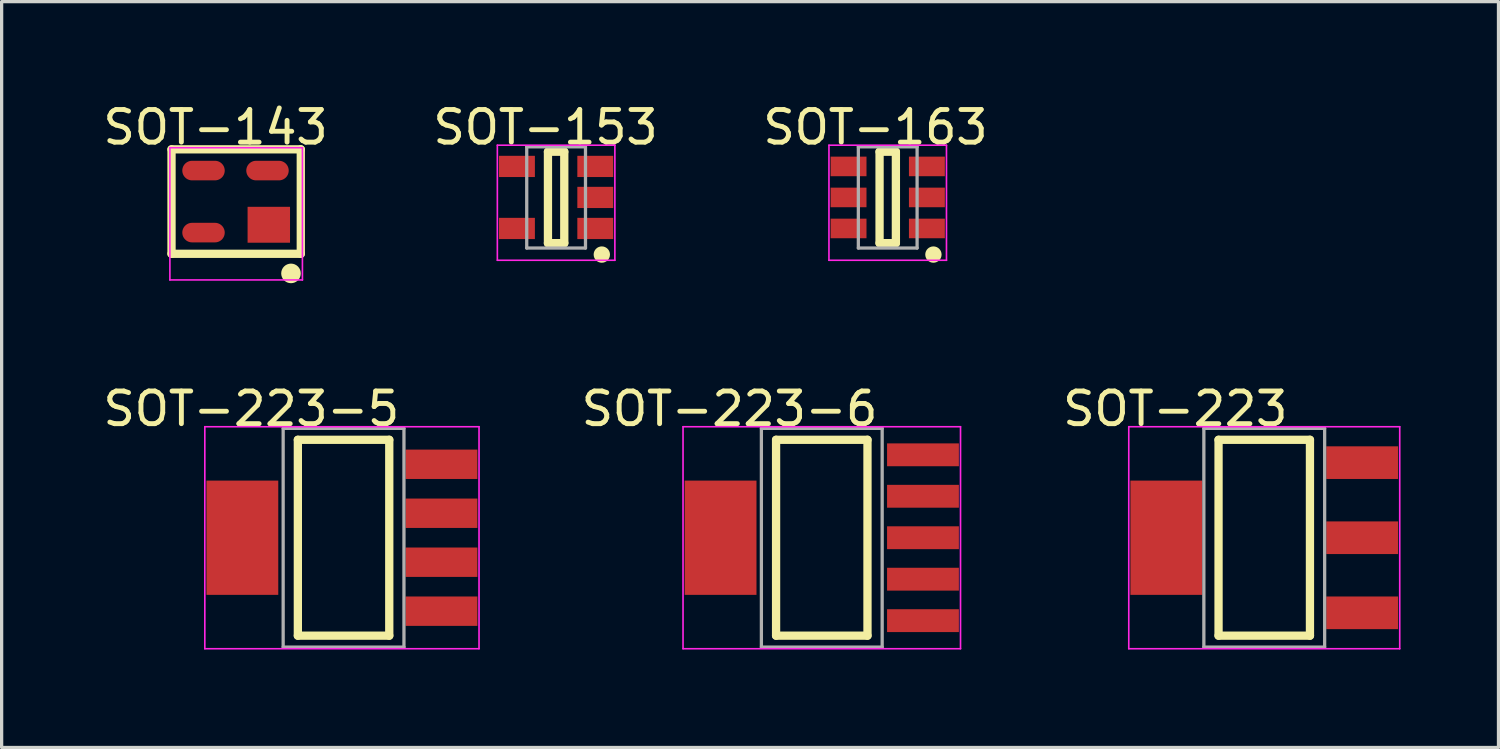
<source format=kicad_pcb>
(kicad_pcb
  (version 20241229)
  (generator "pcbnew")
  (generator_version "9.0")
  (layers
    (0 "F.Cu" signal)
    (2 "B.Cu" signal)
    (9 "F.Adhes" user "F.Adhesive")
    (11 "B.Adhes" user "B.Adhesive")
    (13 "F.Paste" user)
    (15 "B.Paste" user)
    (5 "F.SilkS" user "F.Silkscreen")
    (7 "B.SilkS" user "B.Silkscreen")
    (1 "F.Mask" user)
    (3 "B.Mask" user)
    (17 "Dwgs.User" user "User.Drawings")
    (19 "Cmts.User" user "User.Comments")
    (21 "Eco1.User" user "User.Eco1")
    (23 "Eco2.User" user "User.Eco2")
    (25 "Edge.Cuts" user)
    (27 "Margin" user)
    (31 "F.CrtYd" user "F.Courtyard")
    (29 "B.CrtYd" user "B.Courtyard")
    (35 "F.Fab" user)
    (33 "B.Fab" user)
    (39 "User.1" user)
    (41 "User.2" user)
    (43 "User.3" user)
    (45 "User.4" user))
  (footprint "SOT-163"
    (layer "F.Cu")
    (at 24.143 2.998)
    (property "Reference" "SOT-163" (at -0.375 -2.149 0) (layer "F.SilkS") (effects (font (size 1 1) (thickness 0.15))))
    (attr through_hole)
    (fp_line (start -0.25 -1.4) (end 0.25 -1.4) (stroke (width 0.254) (type solid)) (layer "F.SilkS"))
    (fp_line (start -0.25 1.4) (end -0.25 -1.4) (stroke (width 0.254) (type solid)) (layer "F.SilkS"))
    (fp_line (start -0.25 1.4) (end 0.25 1.4) (stroke (width 0.254) (type solid)) (layer "F.SilkS"))
    (fp_line (start 0.25 1.4) (end 0.25 -1.4) (stroke (width 0.254) (type solid)) (layer "F.SilkS"))
    (fp_circle (center 1.4 1.75) (end 1.525 1.75) (stroke (width 0.25) (type solid)) (fill no) (layer "F.SilkS"))
    (fp_line (start -1.8 -1.6) (end 1.8 -1.6) (stroke (width 0.05) (type solid)) (layer "F.CrtYd"))
    (fp_line (start -1.8 1.925) (end -1.8 -1.6) (stroke (width 0.05) (type solid)) (layer "F.CrtYd"))
    (fp_line (start 1.8 -1.6) (end 1.8 1.925) (stroke (width 0.05) (type solid)) (layer "F.CrtYd"))
    (fp_line (start 1.8 1.925) (end -1.8 1.925) (stroke (width 0.05) (type solid)) (layer "F.CrtYd"))
    (fp_line (start -0.9 -1.55) (end 0.9 -1.55) (stroke (width 0.1) (type solid)) (layer "F.Fab"))
    (fp_line (start -0.9 1.55) (end -0.9 -1.55) (stroke (width 0.1) (type solid)) (layer "F.Fab"))
    (fp_line (start -0.9 1.55) (end 0.9 1.55) (stroke (width 0.1) (type solid)) (layer "F.Fab"))
    (fp_line (start 0.9 1.55) (end 0.9 -1.55) (stroke (width 0.1) (type solid)) (layer "F.Fab"))
    (pad "1" smd rect (at 1.2 0.95 270) (size 0.6 1.1) (layers "F.Cu" "F.Mask" "F.Paste"))
    (pad "2" smd rect (at 1.2 0 270) (size 0.6 1.1) (layers "F.Cu" "F.Mask" "F.Paste"))
    (pad "3" smd rect (at 1.2 -0.95 270) (size 0.6 1.1) (layers "F.Cu" "F.Mask" "F.Paste"))
    (pad "4" smd rect (at -1.2 -0.95 270) (size 0.6 1.1) (layers "F.Cu" "F.Mask" "F.Paste"))
    (pad "5" smd rect (at -1.2 0 270) (size 0.6 1.1) (layers "F.Cu" "F.Mask" "F.Paste"))
    (pad "6" smd rect (at -1.2 0.95 270) (size 0.6 1.1) (layers "F.Cu" "F.Mask" "F.Paste")))
  (footprint "SOT-223-5"
    (layer "F.Cu")
    (at 7.424 13.422)
    (property "Reference" "SOT-223-5" (at -2.775 -3.949 0) (layer "F.SilkS") (effects (font (size 1 1) (thickness 0.15))))
    (attr through_hole)
    (fp_line (start -1.35 -3) (end 1.45 -3) (stroke (width 0.254) (type solid)) (layer "F.SilkS"))
    (fp_line (start -1.35 3) (end -1.35 -3) (stroke (width 0.254) (type solid)) (layer "F.SilkS"))
    (fp_line (start -1.35 3) (end 1.45 3) (stroke (width 0.254) (type solid)) (layer "F.SilkS"))
    (fp_line (start 1.45 3) (end 1.45 -3) (stroke (width 0.254) (type solid)) (layer "F.SilkS"))
    (fp_line (start -4.2 -3.4) (end 4.2 -3.4) (stroke (width 0.05) (type solid)) (layer "F.CrtYd"))
    (fp_line (start -4.2 3.4) (end -4.2 -3.4) (stroke (width 0.05) (type solid)) (layer "F.CrtYd"))
    (fp_line (start 4.2 -3.4) (end 4.2 3.4) (stroke (width 0.05) (type solid)) (layer "F.CrtYd"))
    (fp_line (start 4.2 3.4) (end -4.2 3.4) (stroke (width 0.05) (type solid)) (layer "F.CrtYd"))
    (fp_line (start -1.8 -3.35) (end 1.9 -3.35) (stroke (width 0.1) (type solid)) (layer "F.Fab"))
    (fp_line (start -1.8 3.35) (end -1.8 -3.35) (stroke (width 0.1) (type solid)) (layer "F.Fab"))
    (fp_line (start -1.8 3.35) (end 1.9 3.35) (stroke (width 0.1) (type solid)) (layer "F.Fab"))
    (fp_line (start 1.9 3.35) (end 1.9 -3.35) (stroke (width 0.1) (type solid)) (layer "F.Fab"))
    (pad "1" smd rect (at 3.05 2.25 270) (size 0.9 2.2) (layers "F.Cu" "F.Mask" "F.Paste"))
    (pad "2" smd rect (at 3.05 0.75 270) (size 0.9 2.2) (layers "F.Cu" "F.Mask" "F.Paste"))
    (pad "3" smd rect (at 3.05 -0.75 270) (size 0.9 2.2) (layers "F.Cu" "F.Mask" "F.Paste"))
    (pad "4" smd rect (at 3.05 -2.25 270) (size 0.9 2.2) (layers "F.Cu" "F.Mask" "F.Paste"))
    (pad "5" smd rect (at -3.05 0 270) (size 3.5 2.2) (layers "F.Cu" "F.Mask" "F.Paste")))
  (footprint "SOT-143"
    (layer "F.Cu")
    (at 4.184 3.125)
    (property "Reference" "SOT-143" (at -0.631 -2.276 0) (layer "F.SilkS") (effects (font (size 1 1) (thickness 0.15))))
    (attr through_hole)
    (fp_line (start -1.98 -1.6) (end 1.98 -1.6) (stroke (width 0.254) (type solid)) (layer "F.SilkS"))
    (fp_line (start -1.98 1.6) (end -1.98 -1.6) (stroke (width 0.254) (type solid)) (layer "F.SilkS"))
    (fp_line (start -1.98 1.6) (end 1.98 1.6) (stroke (width 0.254) (type solid)) (layer "F.SilkS"))
    (fp_line (start 1.98 1.6) (end 1.98 -1.6) (stroke (width 0.254) (type solid)) (layer "F.SilkS"))
    (fp_circle (center 1.68 2.2) (end 1.83 2.2) (stroke (width 0.3) (type solid)) (fill no) (layer "F.SilkS"))
    (fp_line (start -2.03 -1.65) (end 2.03 -1.65) (stroke (width 0.05) (type solid)) (layer "F.CrtYd"))
    (fp_line (start -2.03 2.4) (end -2.03 -1.65) (stroke (width 0.05) (type solid)) (layer "F.CrtYd"))
    (fp_line (start 2.03 -1.65) (end 2.03 2.4) (stroke (width 0.05) (type solid)) (layer "F.CrtYd"))
    (fp_line (start 2.03 2.4) (end -2.03 2.4) (stroke (width 0.05) (type solid)) (layer "F.CrtYd"))
    (pad "1" smd rect (at 1 0.71 180) (size 1.3 1.1) (layers "F.Cu" "F.Mask" "F.Paste"))
    (pad "2" smd oval (at 0.96 -0.95 180) (size 1.3 0.6) (layers "F.Cu" "F.Mask" "F.Paste"))
    (pad "3" smd oval (at -1 -0.95 180) (size 1.3 0.6) (layers "F.Cu" "F.Mask" "F.Paste"))
    (pad "4" smd oval (at -1 0.95 180) (size 1.3 0.6) (layers "F.Cu" "F.Mask" "F.Paste")))
  (footprint "SOT-223"
    (layer "F.Cu")
    (at 35.677 13.422)
    (property "Reference" "SOT-223" (at -2.725 -3.949 0) (layer "F.SilkS") (effects (font (size 1 1) (thickness 0.15))))
    (attr through_hole)
    (fp_line (start -1.4 -3) (end 1.4 -3) (stroke (width 0.254) (type solid)) (layer "F.SilkS"))
    (fp_line (start -1.4 3) (end -1.4 -3) (stroke (width 0.254) (type solid)) (layer "F.SilkS"))
    (fp_line (start -1.4 3) (end 1.4 3) (stroke (width 0.254) (type solid)) (layer "F.SilkS"))
    (fp_line (start 1.4 3) (end 1.4 -3) (stroke (width 0.254) (type solid)) (layer "F.SilkS"))
    (fp_line (start -4.15 -3.4) (end 4.15 -3.4) (stroke (width 0.05) (type solid)) (layer "F.CrtYd"))
    (fp_line (start -4.15 3.4) (end -4.15 -3.4) (stroke (width 0.05) (type solid)) (layer "F.CrtYd"))
    (fp_line (start 4.15 -3.4) (end 4.15 3.4) (stroke (width 0.05) (type solid)) (layer "F.CrtYd"))
    (fp_line (start 4.15 3.4) (end -4.15 3.4) (stroke (width 0.05) (type solid)) (layer "F.CrtYd"))
    (fp_line (start -1.85 -3.35) (end 1.85 -3.35) (stroke (width 0.1) (type solid)) (layer "F.Fab"))
    (fp_line (start -1.85 3.35) (end -1.85 -3.35) (stroke (width 0.1) (type solid)) (layer "F.Fab"))
    (fp_line (start -1.85 3.35) (end 1.85 3.35) (stroke (width 0.1) (type solid)) (layer "F.Fab"))
    (fp_line (start 1.85 3.35) (end 1.85 -3.35) (stroke (width 0.1) (type solid)) (layer "F.Fab"))
    (pad "1" smd rect (at 3 2.3 270) (size 1 2.2) (layers "F.Cu" "F.Mask" "F.Paste"))
    (pad "2" smd rect (at -3 0 270) (size 3.5 2.2) (layers "F.Cu" "F.Mask" "F.Paste"))
    (pad "2" smd rect (at 3 0 270) (size 1 2.2) (layers "F.Cu" "F.Mask" "F.Paste"))
    (pad "3" smd rect (at 3 -2.3 270) (size 1 2.2) (layers "F.Cu" "F.Mask" "F.Paste")))
  (footprint "SOT-223-6"
    (layer "F.Cu")
    (at 22.123 13.422)
    (property "Reference" "SOT-223-6" (at -2.825 -3.949 0) (layer "F.SilkS") (effects (font (size 1 1) (thickness 0.15))))
    (attr through_hole)
    (fp_line (start -1.4 -3) (end 1.4 -3) (stroke (width 0.254) (type solid)) (layer "F.SilkS"))
    (fp_line (start -1.4 3) (end -1.4 -3) (stroke (width 0.254) (type solid)) (layer "F.SilkS"))
    (fp_line (start -1.4 3) (end 1.4 3) (stroke (width 0.254) (type solid)) (layer "F.SilkS"))
    (fp_line (start 1.4 3) (end 1.4 -3) (stroke (width 0.254) (type solid)) (layer "F.SilkS"))
    (fp_line (start -4.25 -3.4) (end 4.25 -3.4) (stroke (width 0.05) (type solid)) (layer "F.CrtYd"))
    (fp_line (start -4.25 3.4) (end -4.25 -3.4) (stroke (width 0.05) (type solid)) (layer "F.CrtYd"))
    (fp_line (start 4.25 -3.4) (end 4.25 3.4) (stroke (width 0.05) (type solid)) (layer "F.CrtYd"))
    (fp_line (start 4.25 3.4) (end -4.25 3.4) (stroke (width 0.05) (type solid)) (layer "F.CrtYd"))
    (fp_line (start -1.85 -3.35) (end 1.85 -3.35) (stroke (width 0.1) (type solid)) (layer "F.Fab"))
    (fp_line (start -1.85 3.35) (end -1.85 -3.35) (stroke (width 0.1) (type solid)) (layer "F.Fab"))
    (fp_line (start -1.85 3.35) (end 1.85 3.35) (stroke (width 0.1) (type solid)) (layer "F.Fab"))
    (fp_line (start 1.85 3.35) (end 1.85 -3.35) (stroke (width 0.1) (type solid)) (layer "F.Fab"))
    (pad "1" smd rect (at 3.1 2.54 90) (size 0.7 2.2) (layers "F.Cu" "F.Mask" "F.Paste"))
    (pad "2" smd rect (at 3.1 1.27 90) (size 0.7 2.2) (layers "F.Cu" "F.Mask" "F.Paste"))
    (pad "3" smd rect (at 3.1 0 90) (size 0.7 2.2) (layers "F.Cu" "F.Mask" "F.Paste"))
    (pad "4" smd rect (at 3.1 -1.27 90) (size 0.7 2.2) (layers "F.Cu" "F.Mask" "F.Paste"))
    (pad "5" smd rect (at 3.1 -2.54 90) (size 0.7 2.2) (layers "F.Cu" "F.Mask" "F.Paste"))
    (pad "6" smd rect (at -3.1 0 270) (size 3.5 2.2) (layers "F.Cu" "F.Mask" "F.Paste")))
  (footprint "SOT-153"
    (layer "F.Cu")
    (at 13.985 2.998)
    (property "Reference" "SOT-153" (at -0.324 -2.149 0) (layer "F.SilkS") (effects (font (size 1 1) (thickness 0.15))))
    (attr through_hole)
    (fp_line (start -0.25 -1.4) (end 0.25 -1.4) (stroke (width 0.254) (type solid)) (layer "F.SilkS"))
    (fp_line (start -0.25 1.4) (end -0.25 -1.4) (stroke (width 0.254) (type solid)) (layer "F.SilkS"))
    (fp_line (start -0.25 1.4) (end 0.25 1.4) (stroke (width 0.254) (type solid)) (layer "F.SilkS"))
    (fp_line (start 0.25 1.4) (end 0.25 -1.4) (stroke (width 0.254) (type solid)) (layer "F.SilkS"))
    (fp_circle (center 1.4 1.75) (end 1.525 1.75) (stroke (width 0.25) (type solid)) (fill no) (layer "F.SilkS"))
    (fp_line (start -1.8 -1.6) (end 1.8 -1.6) (stroke (width 0.05) (type solid)) (layer "F.CrtYd"))
    (fp_line (start -1.8 1.925) (end -1.8 -1.6) (stroke (width 0.05) (type solid)) (layer "F.CrtYd"))
    (fp_line (start 1.8 -1.6) (end 1.8 1.925) (stroke (width 0.05) (type solid)) (layer "F.CrtYd"))
    (fp_line (start 1.8 1.925) (end -1.8 1.925) (stroke (width 0.05) (type solid)) (layer "F.CrtYd"))
    (fp_line (start -0.9 -1.55) (end 0.9 -1.55) (stroke (width 0.1) (type solid)) (layer "F.Fab"))
    (fp_line (start -0.9 1.55) (end -0.9 -1.55) (stroke (width 0.1) (type solid)) (layer "F.Fab"))
    (fp_line (start -0.9 1.55) (end 0.9 1.55) (stroke (width 0.1) (type solid)) (layer "F.Fab"))
    (fp_line (start 0.9 1.55) (end 0.9 -1.55) (stroke (width 0.1) (type solid)) (layer "F.Fab"))
    (pad "1" smd rect (at 1.2 0.95 270) (size 0.65 1.1) (layers "F.Cu" "F.Mask" "F.Paste"))
    (pad "2" smd rect (at 1.2 0 270) (size 0.65 1.1) (layers "F.Cu" "F.Mask" "F.Paste"))
    (pad "3" smd rect (at 1.2 -0.95 270) (size 0.65 1.1) (layers "F.Cu" "F.Mask" "F.Paste"))
    (pad "4" smd rect (at -1.2 -0.95 270) (size 0.65 1.1) (layers "F.Cu" "F.Mask" "F.Paste"))
    (pad "5" smd rect (at -1.2 0.95 270) (size 0.65 1.1) (layers "F.Cu" "F.Mask" "F.Paste")))
  (gr_rect
    (start -3 -3)
    (end 42.852 19.847)
    (stroke (width 0.1) (type default))
    (fill no)
    (layer "Edge.Cuts")))
</source>
